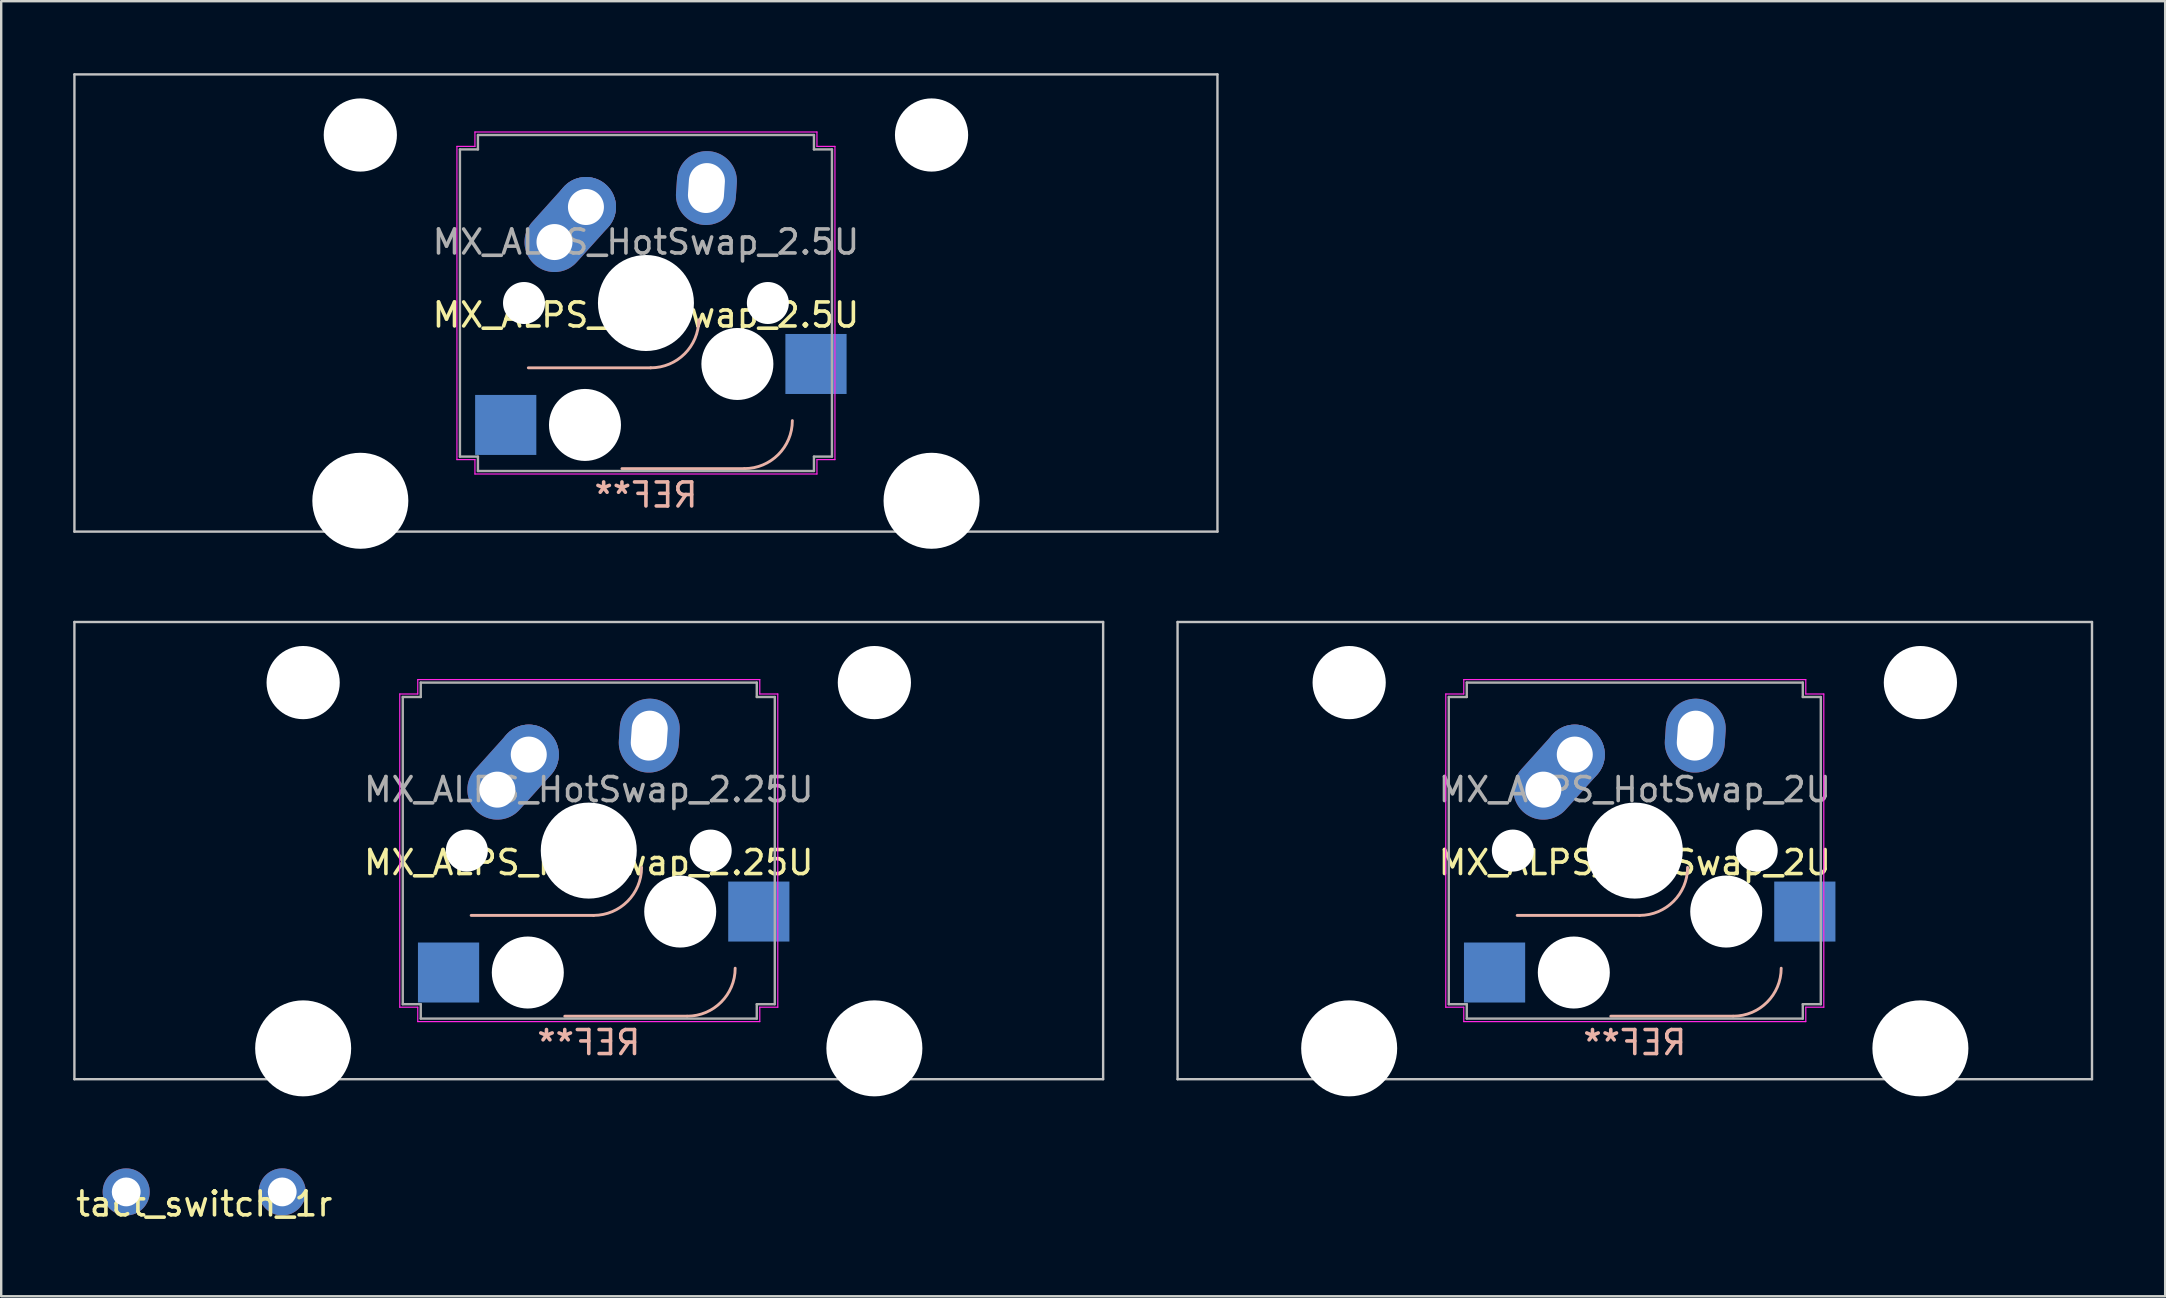
<source format=kicad_pcb>
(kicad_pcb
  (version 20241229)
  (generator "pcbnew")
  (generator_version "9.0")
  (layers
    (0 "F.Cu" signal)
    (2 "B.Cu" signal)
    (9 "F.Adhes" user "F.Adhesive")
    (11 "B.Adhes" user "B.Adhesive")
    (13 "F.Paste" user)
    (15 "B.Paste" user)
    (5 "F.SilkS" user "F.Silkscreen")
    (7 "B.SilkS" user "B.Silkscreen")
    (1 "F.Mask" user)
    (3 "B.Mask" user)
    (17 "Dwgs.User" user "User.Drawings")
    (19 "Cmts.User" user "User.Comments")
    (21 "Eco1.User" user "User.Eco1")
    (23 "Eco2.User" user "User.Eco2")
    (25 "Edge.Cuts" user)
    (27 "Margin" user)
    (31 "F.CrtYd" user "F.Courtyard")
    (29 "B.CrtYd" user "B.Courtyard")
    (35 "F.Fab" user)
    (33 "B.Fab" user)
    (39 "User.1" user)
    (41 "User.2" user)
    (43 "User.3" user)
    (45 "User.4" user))
  (footprint "MX_ALPS_HotSwap_2U"
    (layer "F.Cu")
    (at 67.603 27.31)
    (property "Reference" "MX_ALPS_HotSwap_2U" (at -2.54 5.58 0) (layer "F.SilkS") (effects (font (size 1 1) (thickness 0.15))))
    (attr through_hole)
    (fp_line (start -2.34 7.78) (end -7.44 7.78) (stroke (width 0.12) (type solid)) (layer "B.SilkS"))
    (fp_line (start 1.56 11.98) (end -3.54 11.98) (stroke (width 0.12) (type solid)) (layer "B.SilkS"))
    (fp_arc (start -0.34 5.78) (mid -0.925786 7.194214) (end -2.34 7.78) (stroke (width 0.12) (type solid)) (layer "B.SilkS"))
    (fp_arc (start 3.56 9.98) (mid 2.974214 11.394214) (end 1.56 11.98) (stroke (width 0.12) (type solid)) (layer "B.SilkS"))
    (fp_line (start -21.59 -4.445) (end -21.59 14.605) (stroke (width 0.1) (type solid)) (layer "Dwgs.User"))
    (fp_line (start -21.59 14.605) (end 16.51 14.605) (stroke (width 0.1) (type solid)) (layer "Dwgs.User"))
    (fp_line (start 16.51 -4.445) (end -21.59 -4.445) (stroke (width 0.1) (type solid)) (layer "Dwgs.User"))
    (fp_line (start 16.51 14.605) (end 16.51 -4.445) (stroke (width 0.1) (type solid)) (layer "Dwgs.User"))
    (fp_line (start -10.415 -1.445) (end -9.665 -1.445) (stroke (width 0.05) (type solid)) (layer "F.CrtYd"))
    (fp_line (start -10.415 11.605) (end -10.415 -1.445) (stroke (width 0.05) (type solid)) (layer "F.CrtYd"))
    (fp_line (start -9.665 -2.045) (end 4.585 -2.045) (stroke (width 0.05) (type solid)) (layer "F.CrtYd"))
    (fp_line (start -9.665 -1.445) (end -9.665 -2.045) (stroke (width 0.05) (type solid)) (layer "F.CrtYd"))
    (fp_line (start -9.665 11.605) (end -10.415 11.605) (stroke (width 0.05) (type solid)) (layer "F.CrtYd"))
    (fp_line (start -9.665 12.205) (end -9.665 11.605) (stroke (width 0.05) (type solid)) (layer "F.CrtYd"))
    (fp_line (start 4.585 -2.045) (end 4.585 -1.445) (stroke (width 0.05) (type solid)) (layer "F.CrtYd"))
    (fp_line (start 4.585 -1.445) (end 5.335 -1.445) (stroke (width 0.05) (type solid)) (layer "F.CrtYd"))
    (fp_line (start 4.585 11.605) (end 4.585 12.205) (stroke (width 0.05) (type solid)) (layer "F.CrtYd"))
    (fp_line (start 4.585 12.205) (end -9.665 12.205) (stroke (width 0.05) (type solid)) (layer "F.CrtYd"))
    (fp_line (start 5.335 -1.445) (end 5.335 11.605) (stroke (width 0.05) (type solid)) (layer "F.CrtYd"))
    (fp_line (start 5.335 11.605) (end 4.585 11.605) (stroke (width 0.05) (type solid)) (layer "F.CrtYd"))
    (fp_line (start -10.29 -1.32) (end -9.54 -1.32) (stroke (width 0.1) (type solid)) (layer "F.Fab"))
    (fp_line (start -10.29 11.48) (end -10.29 -1.32) (stroke (width 0.1) (type solid)) (layer "F.Fab"))
    (fp_line (start -9.54 -1.92) (end 4.46 -1.92) (stroke (width 0.1) (type solid)) (layer "F.Fab"))
    (fp_line (start -9.54 -1.32) (end -9.54 -1.92) (stroke (width 0.1) (type solid)) (layer "F.Fab"))
    (fp_line (start -9.54 11.48) (end -10.29 11.48) (stroke (width 0.1) (type solid)) (layer "F.Fab"))
    (fp_line (start -9.54 12.08) (end -9.54 11.48) (stroke (width 0.1) (type solid)) (layer "F.Fab"))
    (fp_line (start 4.46 -1.92) (end 4.46 -1.32) (stroke (width 0.1) (type solid)) (layer "F.Fab"))
    (fp_line (start 4.46 -1.32) (end 5.21 -1.32) (stroke (width 0.1) (type solid)) (layer "F.Fab"))
    (fp_line (start 4.46 11.48) (end 4.46 12.08) (stroke (width 0.1) (type solid)) (layer "F.Fab"))
    (fp_line (start 4.46 12.08) (end -9.54 12.08) (stroke (width 0.1) (type solid)) (layer "F.Fab"))
    (fp_line (start 5.21 -1.32) (end 5.21 11.48) (stroke (width 0.1) (type solid)) (layer "F.Fab"))
    (fp_line (start 5.21 11.48) (end 4.46 11.48) (stroke (width 0.1) (type solid)) (layer "F.Fab"))
    (fp_text user "REF**" (at -2.54 13.08 180) (layer "B.SilkS") (effects (font (size 1 1) (thickness 0.15)) (justify mirror)))
    (fp_text user "${REFERENCE}" (at -2.54 2.54 0) (layer "F.Fab") (effects (font (size 1 1) (thickness 0.15))))
    (pad "" np_thru_hole circle (at -14.44 -1.92) (size 3.05 3.05) (drill 3.05) (layers "*.Cu" "*.Mask"))
    (pad "" np_thru_hole circle (at -14.44 13.32) (size 4 4) (drill 4) (layers "*.Cu" "*.Mask"))
    (pad "" np_thru_hole circle (at -7.62 5.08) (size 1.75 1.75) (drill 1.75) (layers "*.Cu" "*.Mask"))
    (pad "" np_thru_hole circle (at -5.08 10.16 180) (size 3 3) (drill 3) (layers "*.Cu" "*.Mask"))
    (pad "" np_thru_hole circle (at -2.54 5.08) (size 4 4) (drill 4) (layers "*.Cu" "*.Mask"))
    (pad "" np_thru_hole circle (at 1.27 7.62 180) (size 3 3) (drill 3) (layers "*.Cu" "*.Mask"))
    (pad "" np_thru_hole circle (at 2.54 5.08) (size 1.75 1.75) (drill 1.75) (layers "*.Cu" "*.Mask"))
    (pad "" np_thru_hole circle (at 9.36 -1.92) (size 3.05 3.05) (drill 3.05) (layers "*.Cu" "*.Mask"))
    (pad "" np_thru_hole circle (at 9.36 13.32) (size 4 4) (drill 4) (layers "*.Cu" "*.Mask"))
    (pad "1" smd rect (at -8.382 10.16 180) (size 2.55 2.5) (layers "B.Cu" "B.Mask" "B.Paste"))
    (pad "1" thru_hole oval (at -6.35 2.54 48) (size 4.462 2.5) (drill 1.5 (offset 0.981 0)) (layers "*.Cu" "B.Mask"))
    (pad "1" thru_hole circle (at -5.04 1.08) (size 2.5 2.5) (drill 1.5) (layers "*.Cu" "B.Mask"))
    (pad "2" thru_hole oval (at -0.02 0.29 86) (size 3.081 2.5) (drill oval 2.081 1.5) (layers "*.Cu" "B.Mask"))
    (pad "2" smd rect (at 4.545 7.62 180) (size 2.55 2.5) (layers "B.Cu" "B.Mask" "B.Paste")))
  (footprint "MX_ALPS_HotSwap_2.5U"
    (layer "F.Cu")
    (at 23.863 9.575)
    (property "Reference" "MX_ALPS_HotSwap_2.5U" (at 0 0.5 0) (layer "F.SilkS") (effects (font (size 1 1) (thickness 0.15))))
    (attr through_hole)
    (fp_line (start 0.2 2.7) (end -4.9 2.7) (stroke (width 0.12) (type solid)) (layer "B.SilkS"))
    (fp_line (start 4.1 6.9) (end -1 6.9) (stroke (width 0.12) (type solid)) (layer "B.SilkS"))
    (fp_arc (start 2.2 0.7) (mid 1.614214 2.114214) (end 0.2 2.7) (stroke (width 0.12) (type solid)) (layer "B.SilkS"))
    (fp_arc (start 6.1 4.9) (mid 5.514214 6.314214) (end 4.1 6.9) (stroke (width 0.12) (type solid)) (layer "B.SilkS"))
    (fp_line (start -23.812 -9.525) (end -23.812 9.525) (stroke (width 0.1) (type solid)) (layer "Dwgs.User"))
    (fp_line (start -23.812 9.525) (end 23.812 9.525) (stroke (width 0.1) (type solid)) (layer "Dwgs.User"))
    (fp_line (start 23.812 -9.525) (end -23.812 -9.525) (stroke (width 0.1) (type solid)) (layer "Dwgs.User"))
    (fp_line (start 23.812 9.525) (end 23.812 -9.525) (stroke (width 0.1) (type solid)) (layer "Dwgs.User"))
    (fp_line (start -7.875 -6.525) (end -7.125 -6.525) (stroke (width 0.05) (type solid)) (layer "F.CrtYd"))
    (fp_line (start -7.875 6.525) (end -7.875 -6.525) (stroke (width 0.05) (type solid)) (layer "F.CrtYd"))
    (fp_line (start -7.125 -7.125) (end 7.125 -7.125) (stroke (width 0.05) (type solid)) (layer "F.CrtYd"))
    (fp_line (start -7.125 -6.525) (end -7.125 -7.125) (stroke (width 0.05) (type solid)) (layer "F.CrtYd"))
    (fp_line (start -7.125 6.525) (end -7.875 6.525) (stroke (width 0.05) (type solid)) (layer "F.CrtYd"))
    (fp_line (start -7.125 7.125) (end -7.125 6.525) (stroke (width 0.05) (type solid)) (layer "F.CrtYd"))
    (fp_line (start 7.125 -7.125) (end 7.125 -6.525) (stroke (width 0.05) (type solid)) (layer "F.CrtYd"))
    (fp_line (start 7.125 -6.525) (end 7.875 -6.525) (stroke (width 0.05) (type solid)) (layer "F.CrtYd"))
    (fp_line (start 7.125 6.525) (end 7.125 7.125) (stroke (width 0.05) (type solid)) (layer "F.CrtYd"))
    (fp_line (start 7.125 7.125) (end -7.125 7.125) (stroke (width 0.05) (type solid)) (layer "F.CrtYd"))
    (fp_line (start 7.875 -6.525) (end 7.875 6.525) (stroke (width 0.05) (type solid)) (layer "F.CrtYd"))
    (fp_line (start 7.875 6.525) (end 7.125 6.525) (stroke (width 0.05) (type solid)) (layer "F.CrtYd"))
    (fp_line (start -7.75 -6.4) (end -7 -6.4) (stroke (width 0.1) (type solid)) (layer "F.Fab"))
    (fp_line (start -7.75 6.4) (end -7.75 -6.4) (stroke (width 0.1) (type solid)) (layer "F.Fab"))
    (fp_line (start -7 -7) (end 7 -7) (stroke (width 0.1) (type solid)) (layer "F.Fab"))
    (fp_line (start -7 -6.4) (end -7 -7) (stroke (width 0.1) (type solid)) (layer "F.Fab"))
    (fp_line (start -7 6.4) (end -7.75 6.4) (stroke (width 0.1) (type solid)) (layer "F.Fab"))
    (fp_line (start -7 7) (end -7 6.4) (stroke (width 0.1) (type solid)) (layer "F.Fab"))
    (fp_line (start 7 -7) (end 7 -6.4) (stroke (width 0.1) (type solid)) (layer "F.Fab"))
    (fp_line (start 7 -6.4) (end 7.75 -6.4) (stroke (width 0.1) (type solid)) (layer "F.Fab"))
    (fp_line (start 7 6.4) (end 7 7) (stroke (width 0.1) (type solid)) (layer "F.Fab"))
    (fp_line (start 7 7) (end -7 7) (stroke (width 0.1) (type solid)) (layer "F.Fab"))
    (fp_line (start 7.75 -6.4) (end 7.75 6.4) (stroke (width 0.1) (type solid)) (layer "F.Fab"))
    (fp_line (start 7.75 6.4) (end 7 6.4) (stroke (width 0.1) (type solid)) (layer "F.Fab"))
    (fp_text user "REF**" (at 0 8 180) (layer "B.SilkS") (effects (font (size 1 1) (thickness 0.15)) (justify mirror)))
    (fp_text user "${REFERENCE}" (at 0 -2.54 0) (layer "F.Fab") (effects (font (size 1 1) (thickness 0.15))))
    (pad "" np_thru_hole circle (at -11.9 -7) (size 3.05 3.05) (drill 3.05) (layers "*.Cu" "*.Mask"))
    (pad "" np_thru_hole circle (at -11.9 8.24) (size 4 4) (drill 4) (layers "*.Cu" "*.Mask"))
    (pad "" np_thru_hole circle (at -5.08 0) (size 1.75 1.75) (drill 1.75) (layers "*.Cu" "*.Mask"))
    (pad "" np_thru_hole circle (at -2.54 5.08 180) (size 3 3) (drill 3) (layers "*.Cu" "*.Mask"))
    (pad "" np_thru_hole circle (at 0 0) (size 4 4) (drill 4) (layers "*.Cu" "*.Mask"))
    (pad "" np_thru_hole circle (at 3.81 2.54 180) (size 3 3) (drill 3) (layers "*.Cu" "*.Mask"))
    (pad "" np_thru_hole circle (at 5.08 0) (size 1.75 1.75) (drill 1.75) (layers "*.Cu" "*.Mask"))
    (pad "" np_thru_hole circle (at 11.9 -7) (size 3.05 3.05) (drill 3.05) (layers "*.Cu" "*.Mask"))
    (pad "" np_thru_hole circle (at 11.9 8.24) (size 4 4) (drill 4) (layers "*.Cu" "*.Mask"))
    (pad "1" smd rect (at -5.842 5.08 180) (size 2.55 2.5) (layers "B.Cu" "B.Mask" "B.Paste"))
    (pad "1" thru_hole oval (at -3.81 -2.54 48) (size 4.462 2.5) (drill 1.5 (offset 0.981 0)) (layers "*.Cu" "B.Mask"))
    (pad "1" thru_hole circle (at -2.5 -4) (size 2.5 2.5) (drill 1.5) (layers "*.Cu" "B.Mask"))
    (pad "2" thru_hole oval (at 2.52 -4.79 86) (size 3.081 2.5) (drill oval 2.081 1.5) (layers "*.Cu" "B.Mask"))
    (pad "2" smd rect (at 7.085 2.54 180) (size 2.55 2.5) (layers "B.Cu" "B.Mask" "B.Paste")))
  (footprint "tact_switch_1r"
    (layer "F.Cu")
    (at 5.458 46.611)
    (property "Reference" "tact_switch_1r" (at 0 0.5 0) (layer "F.SilkS") (effects (font (size 1 1) (thickness 0.15))))
    (attr through_hole)
    (pad "1" thru_hole circle (at -3.25 0) (size 1.962 1.962) (drill 1.2) (layers "*.Cu" "*.Mask"))
    (pad "2" thru_hole circle (at 3.25 0) (size 1.962 1.962) (drill 1.2) (layers "*.Cu" "*.Mask")))
  (footprint "MX_ALPS_HotSwap_2.25U"
    (layer "F.Cu")
    (at 24.021 27.31)
    (property "Reference" "MX_ALPS_HotSwap_2.25U" (at -2.54 5.58 0) (layer "F.SilkS") (effects (font (size 1 1) (thickness 0.15))))
    (attr through_hole)
    (fp_line (start -2.34 7.78) (end -7.44 7.78) (stroke (width 0.12) (type solid)) (layer "B.SilkS"))
    (fp_line (start 1.56 11.98) (end -3.54 11.98) (stroke (width 0.12) (type solid)) (layer "B.SilkS"))
    (fp_arc (start -0.34 5.78) (mid -0.925786 7.194214) (end -2.34 7.78) (stroke (width 0.12) (type solid)) (layer "B.SilkS"))
    (fp_arc (start 3.56 9.98) (mid 2.974214 11.394214) (end 1.56 11.98) (stroke (width 0.12) (type solid)) (layer "B.SilkS"))
    (fp_line (start -23.971 -4.445) (end -23.971 14.605) (stroke (width 0.1) (type solid)) (layer "Dwgs.User"))
    (fp_line (start -23.971 14.605) (end 18.891 14.605) (stroke (width 0.1) (type solid)) (layer "Dwgs.User"))
    (fp_line (start 18.891 -4.445) (end -23.971 -4.445) (stroke (width 0.1) (type solid)) (layer "Dwgs.User"))
    (fp_line (start 18.891 14.605) (end 18.891 -4.445) (stroke (width 0.1) (type solid)) (layer "Dwgs.User"))
    (fp_line (start -10.415 -1.445) (end -9.665 -1.445) (stroke (width 0.05) (type solid)) (layer "F.CrtYd"))
    (fp_line (start -10.415 11.605) (end -10.415 -1.445) (stroke (width 0.05) (type solid)) (layer "F.CrtYd"))
    (fp_line (start -9.665 -2.045) (end 4.585 -2.045) (stroke (width 0.05) (type solid)) (layer "F.CrtYd"))
    (fp_line (start -9.665 -1.445) (end -9.665 -2.045) (stroke (width 0.05) (type solid)) (layer "F.CrtYd"))
    (fp_line (start -9.665 11.605) (end -10.415 11.605) (stroke (width 0.05) (type solid)) (layer "F.CrtYd"))
    (fp_line (start -9.665 12.205) (end -9.665 11.605) (stroke (width 0.05) (type solid)) (layer "F.CrtYd"))
    (fp_line (start 4.585 -2.045) (end 4.585 -1.445) (stroke (width 0.05) (type solid)) (layer "F.CrtYd"))
    (fp_line (start 4.585 -1.445) (end 5.335 -1.445) (stroke (width 0.05) (type solid)) (layer "F.CrtYd"))
    (fp_line (start 4.585 11.605) (end 4.585 12.205) (stroke (width 0.05) (type solid)) (layer "F.CrtYd"))
    (fp_line (start 4.585 12.205) (end -9.665 12.205) (stroke (width 0.05) (type solid)) (layer "F.CrtYd"))
    (fp_line (start 5.335 -1.445) (end 5.335 11.605) (stroke (width 0.05) (type solid)) (layer "F.CrtYd"))
    (fp_line (start 5.335 11.605) (end 4.585 11.605) (stroke (width 0.05) (type solid)) (layer "F.CrtYd"))
    (fp_line (start -10.29 -1.32) (end -9.54 -1.32) (stroke (width 0.1) (type solid)) (layer "F.Fab"))
    (fp_line (start -10.29 11.48) (end -10.29 -1.32) (stroke (width 0.1) (type solid)) (layer "F.Fab"))
    (fp_line (start -9.54 -1.92) (end 4.46 -1.92) (stroke (width 0.1) (type solid)) (layer "F.Fab"))
    (fp_line (start -9.54 -1.32) (end -9.54 -1.92) (stroke (width 0.1) (type solid)) (layer "F.Fab"))
    (fp_line (start -9.54 11.48) (end -10.29 11.48) (stroke (width 0.1) (type solid)) (layer "F.Fab"))
    (fp_line (start -9.54 12.08) (end -9.54 11.48) (stroke (width 0.1) (type solid)) (layer "F.Fab"))
    (fp_line (start 4.46 -1.92) (end 4.46 -1.32) (stroke (width 0.1) (type solid)) (layer "F.Fab"))
    (fp_line (start 4.46 -1.32) (end 5.21 -1.32) (stroke (width 0.1) (type solid)) (layer "F.Fab"))
    (fp_line (start 4.46 11.48) (end 4.46 12.08) (stroke (width 0.1) (type solid)) (layer "F.Fab"))
    (fp_line (start 4.46 12.08) (end -9.54 12.08) (stroke (width 0.1) (type solid)) (layer "F.Fab"))
    (fp_line (start 5.21 -1.32) (end 5.21 11.48) (stroke (width 0.1) (type solid)) (layer "F.Fab"))
    (fp_line (start 5.21 11.48) (end 4.46 11.48) (stroke (width 0.1) (type solid)) (layer "F.Fab"))
    (fp_text user "REF**" (at -2.54 13.08 180) (layer "B.SilkS") (effects (font (size 1 1) (thickness 0.15)) (justify mirror)))
    (fp_text user "${REFERENCE}" (at -2.54 2.54 0) (layer "F.Fab") (effects (font (size 1 1) (thickness 0.15))))
    (pad "" np_thru_hole circle (at -14.44 -1.92) (size 3.05 3.05) (drill 3.05) (layers "*.Cu" "*.Mask"))
    (pad "" np_thru_hole circle (at -14.44 13.32) (size 4 4) (drill 4) (layers "*.Cu" "*.Mask"))
    (pad "" np_thru_hole circle (at -7.62 5.08) (size 1.75 1.75) (drill 1.75) (layers "*.Cu" "*.Mask"))
    (pad "" np_thru_hole circle (at -5.08 10.16 180) (size 3 3) (drill 3) (layers "*.Cu" "*.Mask"))
    (pad "" np_thru_hole circle (at -2.54 5.08) (size 4 4) (drill 4) (layers "*.Cu" "*.Mask"))
    (pad "" np_thru_hole circle (at 1.27 7.62 180) (size 3 3) (drill 3) (layers "*.Cu" "*.Mask"))
    (pad "" np_thru_hole circle (at 2.54 5.08) (size 1.75 1.75) (drill 1.75) (layers "*.Cu" "*.Mask"))
    (pad "" np_thru_hole circle (at 9.36 -1.92) (size 3.05 3.05) (drill 3.05) (layers "*.Cu" "*.Mask"))
    (pad "" np_thru_hole circle (at 9.36 13.32) (size 4 4) (drill 4) (layers "*.Cu" "*.Mask"))
    (pad "1" thru_hole oval (at -0.02 0.29 86) (size 3.081 2.5) (drill oval 2.081 1.5) (layers "*.Cu" "B.Mask"))
    (pad "1" smd rect (at 4.545 7.62 180) (size 2.55 2.5) (layers "B.Cu" "B.Mask" "B.Paste"))
    (pad "2" smd rect (at -8.382 10.16 180) (size 2.55 2.5) (layers "B.Cu" "B.Mask" "B.Paste"))
    (pad "2" thru_hole oval (at -6.35 2.54 48) (size 4.462 2.5) (drill 1.5 (offset 0.981 0)) (layers "*.Cu" "B.Mask"))
    (pad "2" thru_hole circle (at -5.04 1.08) (size 2.5 2.5) (drill 1.5) (layers "*.Cu" "B.Mask")))
  (gr_rect
    (start -3 -3)
    (end 87.162 50.959)
    (stroke (width 0.1) (type default))
    (fill no)
    (layer "Edge.Cuts")))
</source>
